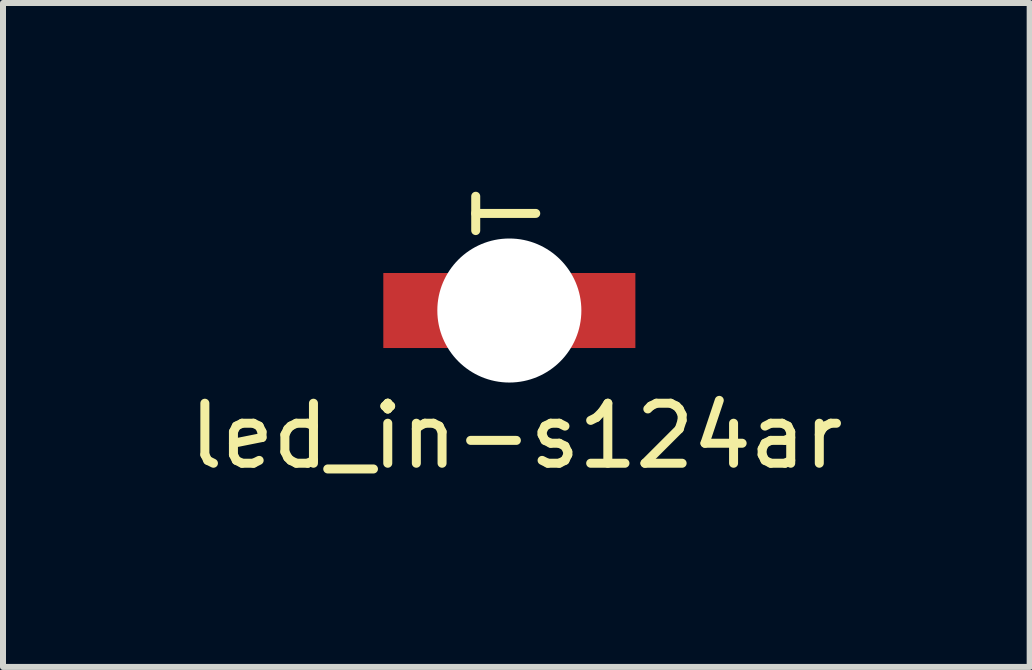
<source format=kicad_pcb>
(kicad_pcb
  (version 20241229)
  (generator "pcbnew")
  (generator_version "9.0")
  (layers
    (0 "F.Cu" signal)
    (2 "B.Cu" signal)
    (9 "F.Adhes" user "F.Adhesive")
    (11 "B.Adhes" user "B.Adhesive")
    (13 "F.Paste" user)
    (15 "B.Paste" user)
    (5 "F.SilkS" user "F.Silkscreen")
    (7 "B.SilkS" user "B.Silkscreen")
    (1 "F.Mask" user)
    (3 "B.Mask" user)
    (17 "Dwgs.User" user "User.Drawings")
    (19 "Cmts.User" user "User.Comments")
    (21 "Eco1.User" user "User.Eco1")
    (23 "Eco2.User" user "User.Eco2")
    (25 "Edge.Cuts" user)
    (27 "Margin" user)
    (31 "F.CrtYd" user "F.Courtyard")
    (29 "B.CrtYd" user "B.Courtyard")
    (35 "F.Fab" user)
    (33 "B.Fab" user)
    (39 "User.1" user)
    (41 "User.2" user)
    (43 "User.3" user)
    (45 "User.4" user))
  (footprint "led_in-s124ar"
    (layer "F.Cu")
    (at 5.437 2.124)
    (property "Reference" "led_in-s124ar" (at 0.117 2.09 0) (layer "F.SilkS") (effects (font (size 1 1) (thickness 0.15))))
    (attr through_hole)
    (fp_text user "T" (at -0.015 -1.618 270) (layer "F.SilkS") (effects (font (size 1 1) (thickness 0.15))))
    (pad "" np_thru_hole circle (at 0 0) (size 2.4 2.4) (drill 2.4) (layers "*.Cu" "*.Mask"))
    (pad "1" smd rect (at -1.56 0) (size 1.08 1.25) (layers "F.Cu" "F.Mask" "F.Paste"))
    (pad "2" smd rect (at 1.56 0) (size 1.08 1.25) (layers "F.Cu" "F.Mask" "F.Paste")))
  (gr_rect
    (start -3 -3)
    (end 14.107 8.063)
    (stroke (width 0.1) (type default))
    (fill no)
    (layer "Edge.Cuts")))
</source>
